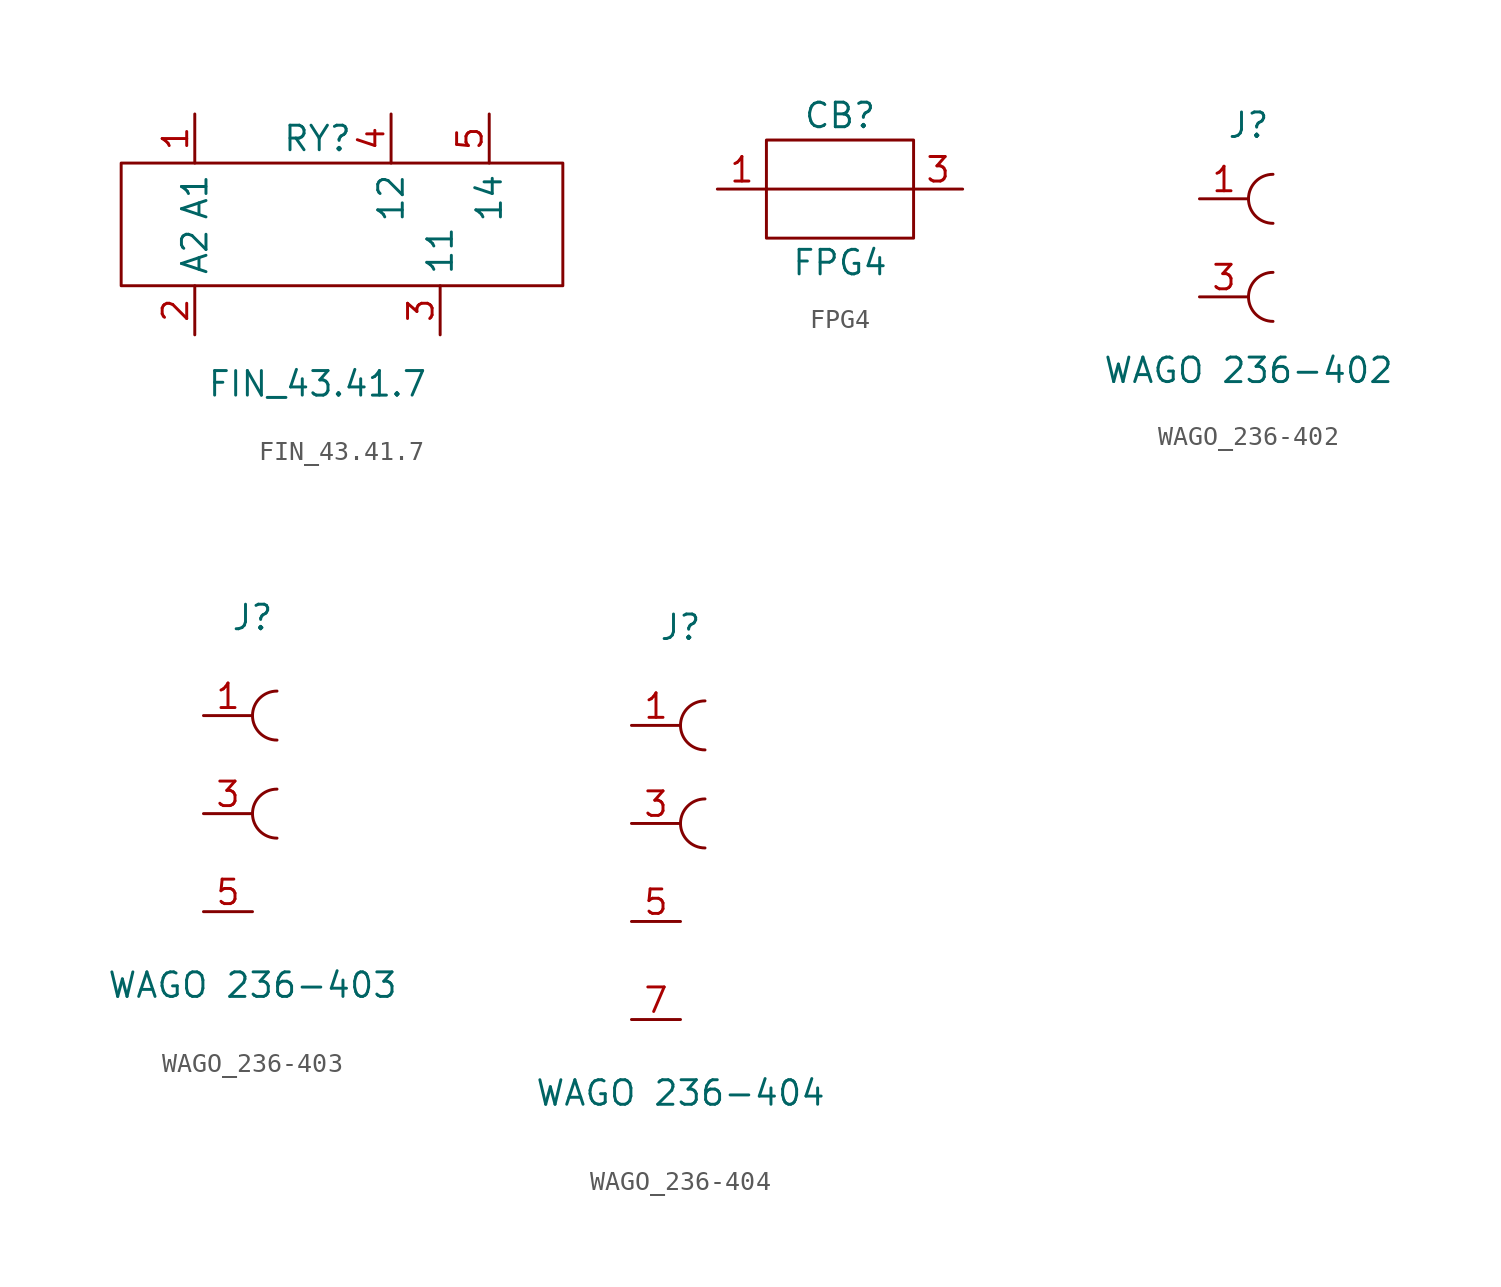
<source format=kicad_sym>
(kicad_symbol_lib
  (version 20220914)
  (generator kicad_symbol_editor)
  (symbol "FIN_43.41.7"
    (property "Reference" "RY"
      (at 2.54 3.81 0)
      (effects (font (size 1.27 1.27))))
    (property "Value" "FIN_43.41.7"
      (at 2.54 -8.89 0)
      (effects (font (size 1.27 1.27))))
    (symbol "FIN_43.41.7_0_1"
      (rectangle (start -7.62 2.54) (end 15.24 -3.81) (stroke (width 0) (type default)) (fill (type none))))
    (symbol "FIN_43.41.7_1_1"
      (pin passive line (at -3.81 5.08 270) (length 2.54) (name "A1" (effects (font (size 1.27 1.27)))) (number "1" (effects (font (size 1.27 1.27)))))
      (pin passive line (at -3.81 -6.35 90) (length 2.54) (name "A2" (effects (font (size 1.27 1.27)))) (number "2" (effects (font (size 1.27 1.27)))))
      (pin passive line (at 8.89 -6.35 90) (length 2.54) (name "11" (effects (font (size 1.27 1.27)))) (number "3" (effects (font (size 1.27 1.27)))))
      (pin passive line (at 6.35 5.08 270) (length 2.54) (name "12" (effects (font (size 1.27 1.27)))) (number "4" (effects (font (size 1.27 1.27)))))
      (pin passive line (at 11.43 5.08 270) (length 2.54) (name "14" (effects (font (size 1.27 1.27)))) (number "5" (effects (font (size 1.27 1.27)))))))
  (symbol "FPG4"
    (pin_names hide)
    (property "Reference" "CB"
      (at 0 3.81 0)
      (effects (font (size 1.27 1.27))))
    (property "Value" "FPG4"
      (at 0 -3.81 0)
      (effects (font (size 1.27 1.27))))
    (symbol "FPG4_0_1"
      (rectangle (start -3.81 2.54) (end 3.81 -2.54) (stroke (width 0) (type default)) (fill (type none)))
      (polyline (pts (xy -3.81 0) (xy 3.81 0)) (stroke (width 0) (type default)) (fill (type none))))
    (symbol "FPG4_1_1"
      (pin passive line (at -6.35 0 0) (length 2.54) (name "A" (effects (font (size 1.27 1.27)))) (number "1" (effects (font (size 1.27 1.27)))))
      (pin passive line (at -6.35 0 0) (length 2.54) hide (name "B" (effects (font (size 1.27 1.27)))) (number "2" (effects (font (size 1.27 1.27)))))
      (pin passive line (at 6.35 0 180) (length 2.54) (name "C" (effects (font (size 1.27 1.27)))) (number "3" (effects (font (size 1.27 1.27)))))
      (pin passive line (at 6.35 0 180) (length 2.54) hide (name "D" (effects (font (size 1.27 1.27)))) (number "4" (effects (font (size 1.27 1.27)))))))
  (symbol "WAGO_236-402"
    (pin_names hide)
    (property "Reference" "J"
      (at 0 6.35 0)
      (effects (font (size 1.27 1.27))))
    (property "Value" "WAGO 236-402"
      (at 0 -6.35 0)
      (effects (font (size 1.27 1.27))))
    (symbol "WAGO_236-402_0_1"
      (arc (start 0 -2.54) (mid 0.372 -3.438) (end 1.27 -3.81) (stroke (width 0) (type default)) (fill (type none)))
      (arc (start 0 2.54) (mid 0.372 1.642) (end 1.27 1.27) (stroke (width 0) (type default)) (fill (type none)))
      (arc (start 1.27 -1.27) (mid 0.372 -1.642) (end 0 -2.54) (stroke (width 0) (type default)) (fill (type none)))
      (arc (start 1.27 3.81) (mid 0.372 3.438) (end 0 2.54) (stroke (width 0) (type default)) (fill (type none))))
    (symbol "WAGO_236-402_1_1"
      (pin passive line (at -2.54 2.54 0) (length 2.54) (name "A" (effects (font (size 1.27 1.27)))) (number "1" (effects (font (size 1.27 1.27)))))
      (pin passive line (at -2.54 2.54 0) (length 2.54) hide (name "B" (effects (font (size 1.27 1.27)))) (number "2" (effects (font (size 1.27 1.27)))))
      (pin passive line (at -2.54 -2.54 0) (length 2.54) (name "C" (effects (font (size 1.27 1.27)))) (number "3" (effects (font (size 1.27 1.27)))))
      (pin passive line (at -2.54 -2.54 0) (length 2.54) hide (name "D" (effects (font (size 1.27 1.27)))) (number "4" (effects (font (size 1.27 1.27)))))))
  (symbol "WAGO_236-403"
    (pin_names hide)
    (property "Reference" "J"
      (at 0 7.62 0)
      (effects (font (size 1.27 1.27))))
    (property "Value" "WAGO 236-403"
      (at 0 -11.43 0)
      (effects (font (size 1.27 1.27))))
    (symbol "WAGO_236-403_0_1"
      (arc (start 0 -2.54) (mid 0.372 -3.438) (end 1.27 -3.81) (stroke (width 0) (type default)) (fill (type none)))
      (arc (start 0 2.54) (mid 0.372 1.642) (end 1.27 1.27) (stroke (width 0) (type default)) (fill (type none)))
      (arc (start 1.27 -1.27) (mid 0.372 -1.642) (end 0 -2.54) (stroke (width 0) (type default)) (fill (type none)))
      (arc (start 1.27 3.81) (mid 0.372 3.438) (end 0 2.54) (stroke (width 0) (type default)) (fill (type none))))
    (symbol "WAGO_236-403_1_1"
      (pin passive line (at -2.54 2.54 0) (length 2.54) (name "A" (effects (font (size 1.27 1.27)))) (number "1" (effects (font (size 1.27 1.27)))))
      (pin passive line (at -2.54 2.54 0) (length 2.54) hide (name "B" (effects (font (size 1.27 1.27)))) (number "2" (effects (font (size 1.27 1.27)))))
      (pin passive line (at -2.54 -2.54 0) (length 2.54) (name "C" (effects (font (size 1.27 1.27)))) (number "3" (effects (font (size 1.27 1.27)))))
      (pin passive line (at -2.54 -2.54 0) (length 2.54) hide (name "D" (effects (font (size 1.27 1.27)))) (number "4" (effects (font (size 1.27 1.27)))))
      (pin passive line (at -2.54 -7.62 0) (length 2.54) (name "E" (effects (font (size 1.27 1.27)))) (number "5" (effects (font (size 1.27 1.27)))))
      (pin passive line (at -2.54 -7.62 0) (length 2.54) hide (name "F" (effects (font (size 1.27 1.27)))) (number "6" (effects (font (size 1.27 1.27)))))))
  (symbol "WAGO_236-404"
    (pin_names hide)
    (property "Reference" "J"
      (at 0 12.7 0)
      (effects (font (size 1.27 1.27))))
    (property "Value" "WAGO 236-404"
      (at 0 -11.43 0)
      (effects (font (size 1.27 1.27))))
    (symbol "WAGO_236-404_0_1"
      (arc (start 0 2.54) (mid 0.372 1.642) (end 1.27 1.27) (stroke (width 0) (type default)) (fill (type none)))
      (arc (start 0 7.62) (mid 0.372 6.722) (end 1.27 6.35) (stroke (width 0) (type default)) (fill (type none)))
      (arc (start 1.27 3.81) (mid 0.372 3.438) (end 0 2.54) (stroke (width 0) (type default)) (fill (type none)))
      (arc (start 1.27 8.89) (mid 0.372 8.518) (end 0 7.62) (stroke (width 0) (type default)) (fill (type none))))
    (symbol "WAGO_236-404_1_1"
      (pin passive line (at -2.54 7.62 0) (length 2.54) (name "A" (effects (font (size 1.27 1.27)))) (number "1" (effects (font (size 1.27 1.27)))))
      (pin passive line (at -2.54 7.62 0) (length 2.54) hide (name "B" (effects (font (size 1.27 1.27)))) (number "2" (effects (font (size 1.27 1.27)))))
      (pin passive line (at -2.54 2.54 0) (length 2.54) (name "C" (effects (font (size 1.27 1.27)))) (number "3" (effects (font (size 1.27 1.27)))))
      (pin passive line (at -2.54 2.54 0) (length 2.54) hide (name "D" (effects (font (size 1.27 1.27)))) (number "4" (effects (font (size 1.27 1.27)))))
      (pin passive line (at -2.54 -2.54 0) (length 2.54) (name "E" (effects (font (size 1.27 1.27)))) (number "5" (effects (font (size 1.27 1.27)))))
      (pin passive line (at -2.54 -2.54 0) (length 2.54) hide (name "F" (effects (font (size 1.27 1.27)))) (number "6" (effects (font (size 1.27 1.27)))))
      (pin passive line (at -2.54 -7.62 0) (length 2.54) (name "G" (effects (font (size 1.27 1.27)))) (number "7" (effects (font (size 1.27 1.27)))))
      (pin passive line (at -2.54 -7.62 0) (length 2.54) hide (name "H" (effects (font (size 1.27 1.27)))) (number "8" (effects (font (size 1.27 1.27))))))))
</source>
